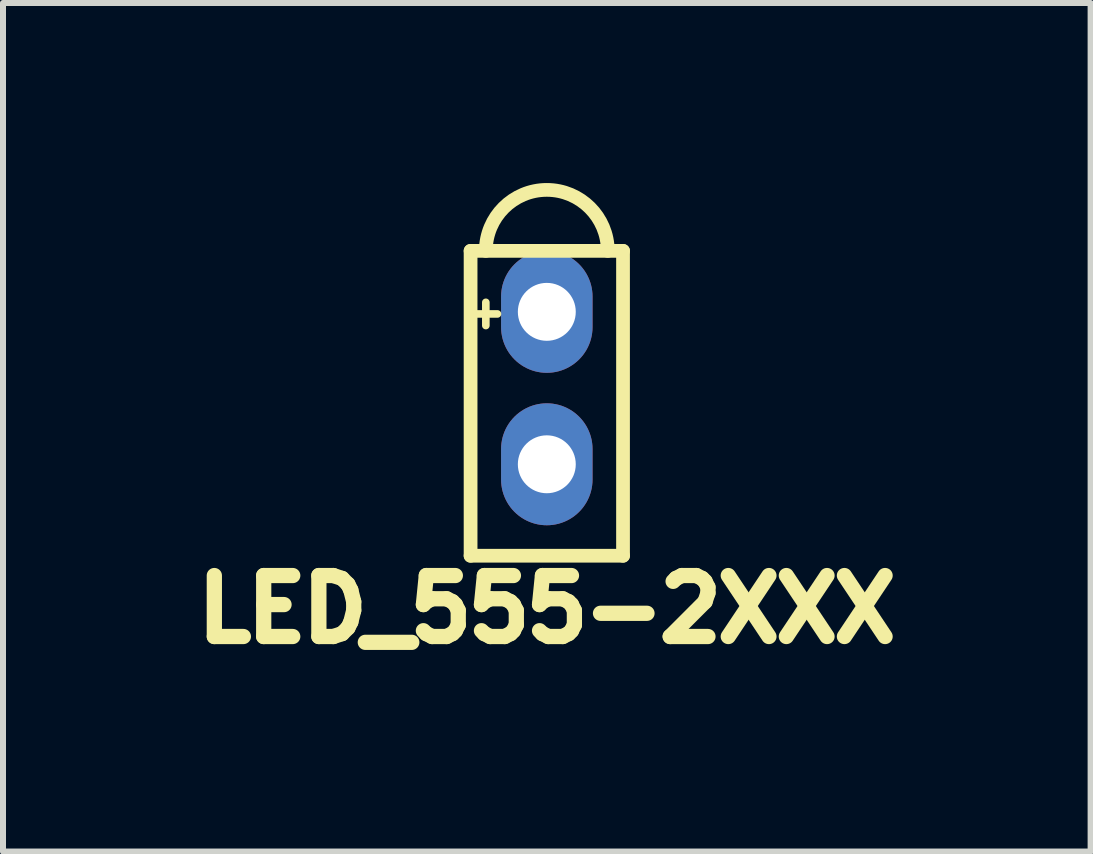
<source format=kicad_pcb>
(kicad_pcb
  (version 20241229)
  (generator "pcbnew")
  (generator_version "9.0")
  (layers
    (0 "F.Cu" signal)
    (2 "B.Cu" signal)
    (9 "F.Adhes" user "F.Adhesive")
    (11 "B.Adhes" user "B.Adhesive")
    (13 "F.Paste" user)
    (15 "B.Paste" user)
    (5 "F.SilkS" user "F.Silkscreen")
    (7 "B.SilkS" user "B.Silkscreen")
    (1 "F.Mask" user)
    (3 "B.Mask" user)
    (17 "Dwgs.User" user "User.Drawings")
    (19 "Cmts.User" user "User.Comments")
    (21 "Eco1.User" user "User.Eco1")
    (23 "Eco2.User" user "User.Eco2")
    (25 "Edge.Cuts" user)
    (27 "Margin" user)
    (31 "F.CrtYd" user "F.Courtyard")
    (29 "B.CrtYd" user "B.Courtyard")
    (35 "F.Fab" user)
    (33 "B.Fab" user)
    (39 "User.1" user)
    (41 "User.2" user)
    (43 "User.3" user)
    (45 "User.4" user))
  (footprint "LED_555-2XXX"
    (layer "F.Cu")
    (at 6.061 3.67)
    (property "Reference" "LED_555-2XXX" (at 0 3.429 0) (layer "F.SilkS") (effects (font (size 1.016 1.016) (thickness 0.254))))
    (attr through_hole)
    (fp_line (start -1.27 -2.54) (end 1.27 -2.54) (stroke (width 0.229) (type solid)) (layer "F.SilkS"))
    (fp_line (start -1.27 2.54) (end -1.27 -2.54) (stroke (width 0.229) (type solid)) (layer "F.SilkS"))
    (fp_line (start 1.27 -2.54) (end 1.27 2.54) (stroke (width 0.229) (type solid)) (layer "F.SilkS"))
    (fp_line (start 1.27 2.54) (end -1.27 2.54) (stroke (width 0.229) (type solid)) (layer "F.SilkS"))
    (fp_arc (start -1.016 -2.54) (mid 0 -3.556) (end 1.016 -2.54) (stroke (width 0.2286) (type solid)) (layer "F.SilkS"))
    (fp_text user "+" (at -1.016 -1.524 0) (layer "F.SilkS") (effects (font (size 0.508 0.508) (thickness 0.127))))
    (pad "1" thru_hole oval (at 0 -1.524) (size 1.524 2.032) (drill 0.965) (layers "*.Cu" "*.Mask"))
    (pad "2" thru_hole oval (at 0 1.016) (size 1.524 2.032) (drill 0.965) (layers "*.Cu" "*.Mask")))
  (gr_rect
    (start -3 -3)
    (end 15.122 11.139)
    (stroke (width 0.1) (type default))
    (fill no)
    (layer "Edge.Cuts")))
</source>
